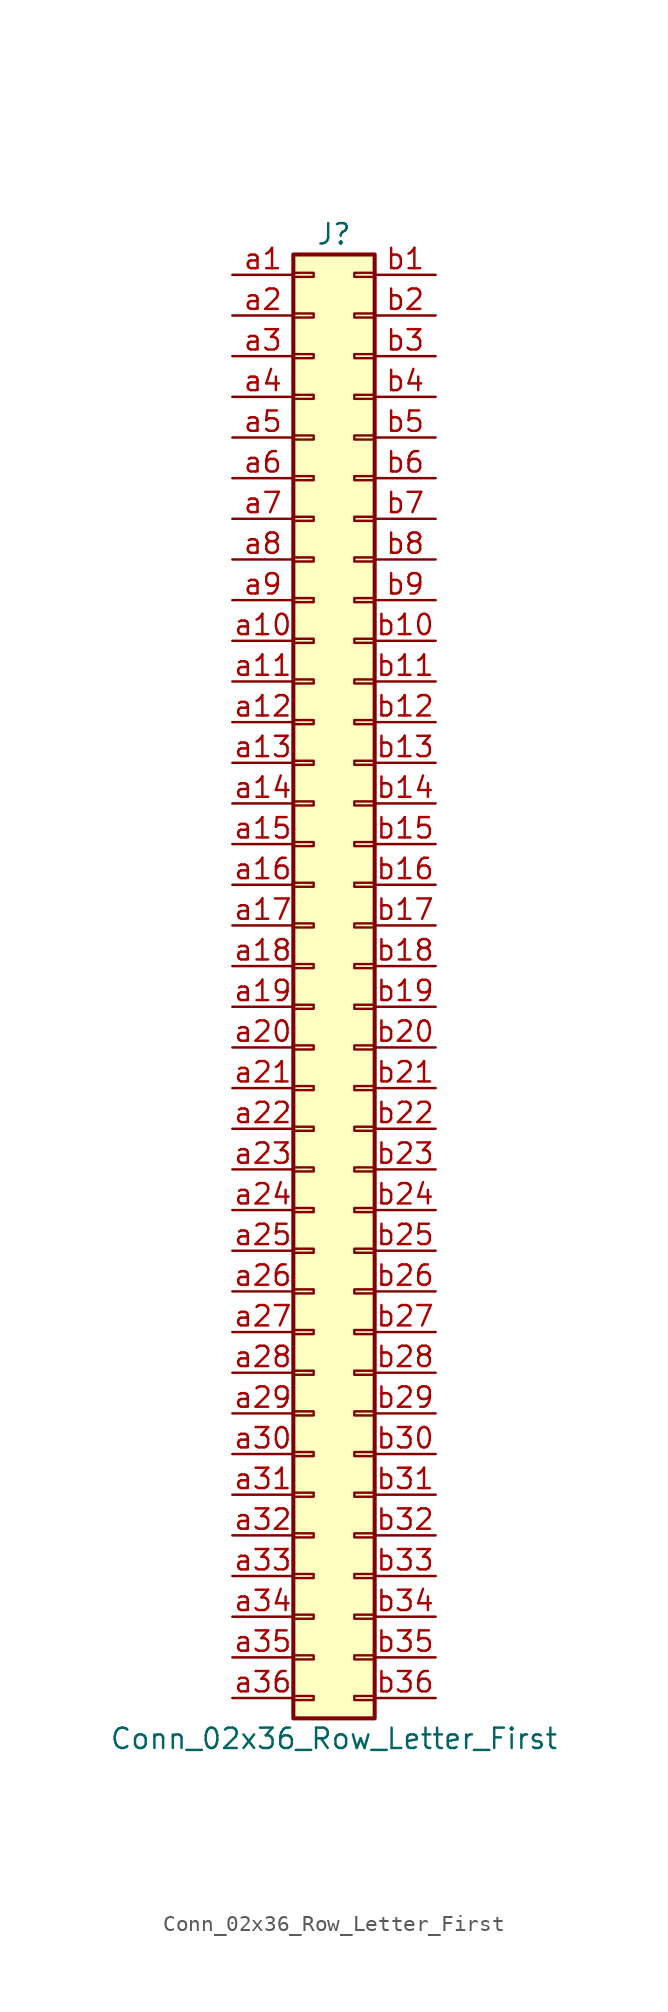
<source format=kicad_sym>
(kicad_symbol_lib
  (version 20201005)
  (generator kicad_symbol_editor)
  (symbol "Conn_02x36_Row_Letter_First"
    (pin_names
      (offset 1.016) hide)
    (property "Reference" "J"
      (at 1.27 45.72 0)
      (effects (font (size 1.27 1.27))))
    (property "Value" "Conn_02x36_Row_Letter_First"
      (at 1.27 -48.26 0)
      (effects (font (size 1.27 1.27))))
    (symbol "Conn_02x36_Row_Letter_First_1_1"
      (rectangle (start -1.27 -45.593) (end 0 -45.847) (stroke (width 0.152)) (fill (type none)))
      (rectangle (start -1.27 -43.053) (end 0 -43.307) (stroke (width 0.152)) (fill (type none)))
      (rectangle (start -1.27 -40.513) (end 0 -40.767) (stroke (width 0.152)) (fill (type none)))
      (rectangle (start -1.27 -37.973) (end 0 -38.227) (stroke (width 0.152)) (fill (type none)))
      (rectangle (start -1.27 -35.433) (end 0 -35.687) (stroke (width 0.152)) (fill (type none)))
      (rectangle (start -1.27 -32.893) (end 0 -33.147) (stroke (width 0.152)) (fill (type none)))
      (rectangle (start -1.27 -30.353) (end 0 -30.607) (stroke (width 0.152)) (fill (type none)))
      (rectangle (start -1.27 -27.813) (end 0 -28.067) (stroke (width 0.152)) (fill (type none)))
      (rectangle (start -1.27 -25.273) (end 0 -25.527) (stroke (width 0.152)) (fill (type none)))
      (rectangle (start -1.27 -22.733) (end 0 -22.987) (stroke (width 0.152)) (fill (type none)))
      (rectangle (start -1.27 -20.193) (end 0 -20.447) (stroke (width 0.152)) (fill (type none)))
      (rectangle (start -1.27 -17.653) (end 0 -17.907) (stroke (width 0.152)) (fill (type none)))
      (rectangle (start -1.27 -15.113) (end 0 -15.367) (stroke (width 0.152)) (fill (type none)))
      (rectangle (start -1.27 -12.573) (end 0 -12.827) (stroke (width 0.152)) (fill (type none)))
      (rectangle (start -1.27 -10.033) (end 0 -10.287) (stroke (width 0.152)) (fill (type none)))
      (rectangle (start -1.27 -7.493) (end 0 -7.747) (stroke (width 0.152)) (fill (type none)))
      (rectangle (start -1.27 -4.953) (end 0 -5.207) (stroke (width 0.152)) (fill (type none)))
      (rectangle (start -1.27 -2.413) (end 0 -2.667) (stroke (width 0.152)) (fill (type none)))
      (rectangle (start -1.27 0.127) (end 0 -0.127) (stroke (width 0.152)) (fill (type none)))
      (rectangle (start -1.27 2.667) (end 0 2.413) (stroke (width 0.152)) (fill (type none)))
      (rectangle (start -1.27 5.207) (end 0 4.953) (stroke (width 0.152)) (fill (type none)))
      (rectangle (start -1.27 7.747) (end 0 7.493) (stroke (width 0.152)) (fill (type none)))
      (rectangle (start -1.27 10.287) (end 0 10.033) (stroke (width 0.152)) (fill (type none)))
      (rectangle (start -1.27 12.827) (end 0 12.573) (stroke (width 0.152)) (fill (type none)))
      (rectangle (start -1.27 15.367) (end 0 15.113) (stroke (width 0.152)) (fill (type none)))
      (rectangle (start -1.27 17.907) (end 0 17.653) (stroke (width 0.152)) (fill (type none)))
      (rectangle (start -1.27 20.447) (end 0 20.193) (stroke (width 0.152)) (fill (type none)))
      (rectangle (start -1.27 22.987) (end 0 22.733) (stroke (width 0.152)) (fill (type none)))
      (rectangle (start -1.27 25.527) (end 0 25.273) (stroke (width 0.152)) (fill (type none)))
      (rectangle (start -1.27 28.067) (end 0 27.813) (stroke (width 0.152)) (fill (type none)))
      (rectangle (start -1.27 30.607) (end 0 30.353) (stroke (width 0.152)) (fill (type none)))
      (rectangle (start -1.27 33.147) (end 0 32.893) (stroke (width 0.152)) (fill (type none)))
      (rectangle (start -1.27 35.687) (end 0 35.433) (stroke (width 0.152)) (fill (type none)))
      (rectangle (start -1.27 38.227) (end 0 37.973) (stroke (width 0.152)) (fill (type none)))
      (rectangle (start -1.27 40.767) (end 0 40.513) (stroke (width 0.152)) (fill (type none)))
      (rectangle (start -1.27 43.307) (end 0 43.053) (stroke (width 0.152)) (fill (type none)))
      (rectangle (start -1.27 44.45) (end 3.81 -46.99) (stroke (width 0.254)) (fill (type background)))
      (rectangle (start 3.81 -45.593) (end 2.54 -45.847) (stroke (width 0.152)) (fill (type none)))
      (rectangle (start 3.81 -43.053) (end 2.54 -43.307) (stroke (width 0.152)) (fill (type none)))
      (rectangle (start 3.81 -40.513) (end 2.54 -40.767) (stroke (width 0.152)) (fill (type none)))
      (rectangle (start 3.81 -37.973) (end 2.54 -38.227) (stroke (width 0.152)) (fill (type none)))
      (rectangle (start 3.81 -35.433) (end 2.54 -35.687) (stroke (width 0.152)) (fill (type none)))
      (rectangle (start 3.81 -32.893) (end 2.54 -33.147) (stroke (width 0.152)) (fill (type none)))
      (rectangle (start 3.81 -30.353) (end 2.54 -30.607) (stroke (width 0.152)) (fill (type none)))
      (rectangle (start 3.81 -27.813) (end 2.54 -28.067) (stroke (width 0.152)) (fill (type none)))
      (rectangle (start 3.81 -25.273) (end 2.54 -25.527) (stroke (width 0.152)) (fill (type none)))
      (rectangle (start 3.81 -22.733) (end 2.54 -22.987) (stroke (width 0.152)) (fill (type none)))
      (rectangle (start 3.81 -20.193) (end 2.54 -20.447) (stroke (width 0.152)) (fill (type none)))
      (rectangle (start 3.81 -17.653) (end 2.54 -17.907) (stroke (width 0.152)) (fill (type none)))
      (rectangle (start 3.81 -15.113) (end 2.54 -15.367) (stroke (width 0.152)) (fill (type none)))
      (rectangle (start 3.81 -12.573) (end 2.54 -12.827) (stroke (width 0.152)) (fill (type none)))
      (rectangle (start 3.81 -10.033) (end 2.54 -10.287) (stroke (width 0.152)) (fill (type none)))
      (rectangle (start 3.81 -7.493) (end 2.54 -7.747) (stroke (width 0.152)) (fill (type none)))
      (rectangle (start 3.81 -4.953) (end 2.54 -5.207) (stroke (width 0.152)) (fill (type none)))
      (rectangle (start 3.81 -2.413) (end 2.54 -2.667) (stroke (width 0.152)) (fill (type none)))
      (rectangle (start 3.81 0.127) (end 2.54 -0.127) (stroke (width 0.152)) (fill (type none)))
      (rectangle (start 3.81 2.667) (end 2.54 2.413) (stroke (width 0.152)) (fill (type none)))
      (rectangle (start 3.81 5.207) (end 2.54 4.953) (stroke (width 0.152)) (fill (type none)))
      (rectangle (start 3.81 7.747) (end 2.54 7.493) (stroke (width 0.152)) (fill (type none)))
      (rectangle (start 3.81 10.287) (end 2.54 10.033) (stroke (width 0.152)) (fill (type none)))
      (rectangle (start 3.81 12.827) (end 2.54 12.573) (stroke (width 0.152)) (fill (type none)))
      (rectangle (start 3.81 15.367) (end 2.54 15.113) (stroke (width 0.152)) (fill (type none)))
      (rectangle (start 3.81 17.907) (end 2.54 17.653) (stroke (width 0.152)) (fill (type none)))
      (rectangle (start 3.81 20.447) (end 2.54 20.193) (stroke (width 0.152)) (fill (type none)))
      (rectangle (start 3.81 22.987) (end 2.54 22.733) (stroke (width 0.152)) (fill (type none)))
      (rectangle (start 3.81 25.527) (end 2.54 25.273) (stroke (width 0.152)) (fill (type none)))
      (rectangle (start 3.81 28.067) (end 2.54 27.813) (stroke (width 0.152)) (fill (type none)))
      (rectangle (start 3.81 30.607) (end 2.54 30.353) (stroke (width 0.152)) (fill (type none)))
      (rectangle (start 3.81 33.147) (end 2.54 32.893) (stroke (width 0.152)) (fill (type none)))
      (rectangle (start 3.81 35.687) (end 2.54 35.433) (stroke (width 0.152)) (fill (type none)))
      (rectangle (start 3.81 38.227) (end 2.54 37.973) (stroke (width 0.152)) (fill (type none)))
      (rectangle (start 3.81 40.767) (end 2.54 40.513) (stroke (width 0.152)) (fill (type none)))
      (rectangle (start 3.81 43.307) (end 2.54 43.053) (stroke (width 0.152)) (fill (type none)))
      (pin passive line (at -5.08 43.18 0) (length 3.81) (name "Pin_a1" (effects (font (size 1.27 1.27)))) (number "a1" (effects (font (size 1.27 1.27)))))
      (pin passive line (at -5.08 20.32 0) (length 3.81) (name "Pin_a10" (effects (font (size 1.27 1.27)))) (number "a10" (effects (font (size 1.27 1.27)))))
      (pin passive line (at -5.08 17.78 0) (length 3.81) (name "Pin_a11" (effects (font (size 1.27 1.27)))) (number "a11" (effects (font (size 1.27 1.27)))))
      (pin passive line (at -5.08 15.24 0) (length 3.81) (name "Pin_a12" (effects (font (size 1.27 1.27)))) (number "a12" (effects (font (size 1.27 1.27)))))
      (pin passive line (at -5.08 12.7 0) (length 3.81) (name "Pin_a13" (effects (font (size 1.27 1.27)))) (number "a13" (effects (font (size 1.27 1.27)))))
      (pin passive line (at -5.08 10.16 0) (length 3.81) (name "Pin_a14" (effects (font (size 1.27 1.27)))) (number "a14" (effects (font (size 1.27 1.27)))))
      (pin passive line (at -5.08 7.62 0) (length 3.81) (name "Pin_a15" (effects (font (size 1.27 1.27)))) (number "a15" (effects (font (size 1.27 1.27)))))
      (pin passive line (at -5.08 5.08 0) (length 3.81) (name "Pin_a16" (effects (font (size 1.27 1.27)))) (number "a16" (effects (font (size 1.27 1.27)))))
      (pin passive line (at -5.08 2.54 0) (length 3.81) (name "Pin_a17" (effects (font (size 1.27 1.27)))) (number "a17" (effects (font (size 1.27 1.27)))))
      (pin passive line (at -5.08 0 0) (length 3.81) (name "Pin_a18" (effects (font (size 1.27 1.27)))) (number "a18" (effects (font (size 1.27 1.27)))))
      (pin passive line (at -5.08 -2.54 0) (length 3.81) (name "Pin_a19" (effects (font (size 1.27 1.27)))) (number "a19" (effects (font (size 1.27 1.27)))))
      (pin passive line (at -5.08 40.64 0) (length 3.81) (name "Pin_a2" (effects (font (size 1.27 1.27)))) (number "a2" (effects (font (size 1.27 1.27)))))
      (pin passive line (at -5.08 -5.08 0) (length 3.81) (name "Pin_a20" (effects (font (size 1.27 1.27)))) (number "a20" (effects (font (size 1.27 1.27)))))
      (pin passive line (at -5.08 -7.62 0) (length 3.81) (name "Pin_a21" (effects (font (size 1.27 1.27)))) (number "a21" (effects (font (size 1.27 1.27)))))
      (pin passive line (at -5.08 -10.16 0) (length 3.81) (name "Pin_a22" (effects (font (size 1.27 1.27)))) (number "a22" (effects (font (size 1.27 1.27)))))
      (pin passive line (at -5.08 -12.7 0) (length 3.81) (name "Pin_a23" (effects (font (size 1.27 1.27)))) (number "a23" (effects (font (size 1.27 1.27)))))
      (pin passive line (at -5.08 -15.24 0) (length 3.81) (name "Pin_a24" (effects (font (size 1.27 1.27)))) (number "a24" (effects (font (size 1.27 1.27)))))
      (pin passive line (at -5.08 -17.78 0) (length 3.81) (name "Pin_a25" (effects (font (size 1.27 1.27)))) (number "a25" (effects (font (size 1.27 1.27)))))
      (pin passive line (at -5.08 -20.32 0) (length 3.81) (name "Pin_a26" (effects (font (size 1.27 1.27)))) (number "a26" (effects (font (size 1.27 1.27)))))
      (pin passive line (at -5.08 -22.86 0) (length 3.81) (name "Pin_a27" (effects (font (size 1.27 1.27)))) (number "a27" (effects (font (size 1.27 1.27)))))
      (pin passive line (at -5.08 -25.4 0) (length 3.81) (name "Pin_a28" (effects (font (size 1.27 1.27)))) (number "a28" (effects (font (size 1.27 1.27)))))
      (pin passive line (at -5.08 -27.94 0) (length 3.81) (name "Pin_a29" (effects (font (size 1.27 1.27)))) (number "a29" (effects (font (size 1.27 1.27)))))
      (pin passive line (at -5.08 38.1 0) (length 3.81) (name "Pin_a3" (effects (font (size 1.27 1.27)))) (number "a3" (effects (font (size 1.27 1.27)))))
      (pin passive line (at -5.08 -30.48 0) (length 3.81) (name "Pin_a30" (effects (font (size 1.27 1.27)))) (number "a30" (effects (font (size 1.27 1.27)))))
      (pin passive line (at -5.08 -33.02 0) (length 3.81) (name "Pin_a31" (effects (font (size 1.27 1.27)))) (number "a31" (effects (font (size 1.27 1.27)))))
      (pin passive line (at -5.08 -35.56 0) (length 3.81) (name "Pin_a32" (effects (font (size 1.27 1.27)))) (number "a32" (effects (font (size 1.27 1.27)))))
      (pin passive line (at -5.08 -38.1 0) (length 3.81) (name "Pin_a33" (effects (font (size 1.27 1.27)))) (number "a33" (effects (font (size 1.27 1.27)))))
      (pin passive line (at -5.08 -40.64 0) (length 3.81) (name "Pin_a34" (effects (font (size 1.27 1.27)))) (number "a34" (effects (font (size 1.27 1.27)))))
      (pin passive line (at -5.08 -43.18 0) (length 3.81) (name "Pin_a35" (effects (font (size 1.27 1.27)))) (number "a35" (effects (font (size 1.27 1.27)))))
      (pin passive line (at -5.08 -45.72 0) (length 3.81) (name "Pin_a36" (effects (font (size 1.27 1.27)))) (number "a36" (effects (font (size 1.27 1.27)))))
      (pin passive line (at -5.08 35.56 0) (length 3.81) (name "Pin_a4" (effects (font (size 1.27 1.27)))) (number "a4" (effects (font (size 1.27 1.27)))))
      (pin passive line (at -5.08 33.02 0) (length 3.81) (name "Pin_a5" (effects (font (size 1.27 1.27)))) (number "a5" (effects (font (size 1.27 1.27)))))
      (pin passive line (at -5.08 30.48 0) (length 3.81) (name "Pin_a6" (effects (font (size 1.27 1.27)))) (number "a6" (effects (font (size 1.27 1.27)))))
      (pin passive line (at -5.08 27.94 0) (length 3.81) (name "Pin_a7" (effects (font (size 1.27 1.27)))) (number "a7" (effects (font (size 1.27 1.27)))))
      (pin passive line (at -5.08 25.4 0) (length 3.81) (name "Pin_a8" (effects (font (size 1.27 1.27)))) (number "a8" (effects (font (size 1.27 1.27)))))
      (pin passive line (at -5.08 22.86 0) (length 3.81) (name "Pin_a9" (effects (font (size 1.27 1.27)))) (number "a9" (effects (font (size 1.27 1.27)))))
      (pin passive line (at 7.62 43.18 180) (length 3.81) (name "Pin_b1" (effects (font (size 1.27 1.27)))) (number "b1" (effects (font (size 1.27 1.27)))))
      (pin passive line (at 7.62 20.32 180) (length 3.81) (name "Pin_b10" (effects (font (size 1.27 1.27)))) (number "b10" (effects (font (size 1.27 1.27)))))
      (pin passive line (at 7.62 17.78 180) (length 3.81) (name "Pin_b11" (effects (font (size 1.27 1.27)))) (number "b11" (effects (font (size 1.27 1.27)))))
      (pin passive line (at 7.62 15.24 180) (length 3.81) (name "Pin_b12" (effects (font (size 1.27 1.27)))) (number "b12" (effects (font (size 1.27 1.27)))))
      (pin passive line (at 7.62 12.7 180) (length 3.81) (name "Pin_b13" (effects (font (size 1.27 1.27)))) (number "b13" (effects (font (size 1.27 1.27)))))
      (pin passive line (at 7.62 10.16 180) (length 3.81) (name "Pin_b14" (effects (font (size 1.27 1.27)))) (number "b14" (effects (font (size 1.27 1.27)))))
      (pin passive line (at 7.62 7.62 180) (length 3.81) (name "Pin_b15" (effects (font (size 1.27 1.27)))) (number "b15" (effects (font (size 1.27 1.27)))))
      (pin passive line (at 7.62 5.08 180) (length 3.81) (name "Pin_b16" (effects (font (size 1.27 1.27)))) (number "b16" (effects (font (size 1.27 1.27)))))
      (pin passive line (at 7.62 2.54 180) (length 3.81) (name "Pin_b17" (effects (font (size 1.27 1.27)))) (number "b17" (effects (font (size 1.27 1.27)))))
      (pin passive line (at 7.62 0 180) (length 3.81) (name "Pin_b18" (effects (font (size 1.27 1.27)))) (number "b18" (effects (font (size 1.27 1.27)))))
      (pin passive line (at 7.62 -2.54 180) (length 3.81) (name "Pin_b19" (effects (font (size 1.27 1.27)))) (number "b19" (effects (font (size 1.27 1.27)))))
      (pin passive line (at 7.62 40.64 180) (length 3.81) (name "Pin_b2" (effects (font (size 1.27 1.27)))) (number "b2" (effects (font (size 1.27 1.27)))))
      (pin passive line (at 7.62 -5.08 180) (length 3.81) (name "Pin_b20" (effects (font (size 1.27 1.27)))) (number "b20" (effects (font (size 1.27 1.27)))))
      (pin passive line (at 7.62 -7.62 180) (length 3.81) (name "Pin_b21" (effects (font (size 1.27 1.27)))) (number "b21" (effects (font (size 1.27 1.27)))))
      (pin passive line (at 7.62 -10.16 180) (length 3.81) (name "Pin_b22" (effects (font (size 1.27 1.27)))) (number "b22" (effects (font (size 1.27 1.27)))))
      (pin passive line (at 7.62 -12.7 180) (length 3.81) (name "Pin_b23" (effects (font (size 1.27 1.27)))) (number "b23" (effects (font (size 1.27 1.27)))))
      (pin passive line (at 7.62 -15.24 180) (length 3.81) (name "Pin_b24" (effects (font (size 1.27 1.27)))) (number "b24" (effects (font (size 1.27 1.27)))))
      (pin passive line (at 7.62 -17.78 180) (length 3.81) (name "Pin_b25" (effects (font (size 1.27 1.27)))) (number "b25" (effects (font (size 1.27 1.27)))))
      (pin passive line (at 7.62 -20.32 180) (length 3.81) (name "Pin_b26" (effects (font (size 1.27 1.27)))) (number "b26" (effects (font (size 1.27 1.27)))))
      (pin passive line (at 7.62 -22.86 180) (length 3.81) (name "Pin_b27" (effects (font (size 1.27 1.27)))) (number "b27" (effects (font (size 1.27 1.27)))))
      (pin passive line (at 7.62 -25.4 180) (length 3.81) (name "Pin_b28" (effects (font (size 1.27 1.27)))) (number "b28" (effects (font (size 1.27 1.27)))))
      (pin passive line (at 7.62 -27.94 180) (length 3.81) (name "Pin_b29" (effects (font (size 1.27 1.27)))) (number "b29" (effects (font (size 1.27 1.27)))))
      (pin passive line (at 7.62 38.1 180) (length 3.81) (name "Pin_b3" (effects (font (size 1.27 1.27)))) (number "b3" (effects (font (size 1.27 1.27)))))
      (pin passive line (at 7.62 -30.48 180) (length 3.81) (name "Pin_b30" (effects (font (size 1.27 1.27)))) (number "b30" (effects (font (size 1.27 1.27)))))
      (pin passive line (at 7.62 -33.02 180) (length 3.81) (name "Pin_b31" (effects (font (size 1.27 1.27)))) (number "b31" (effects (font (size 1.27 1.27)))))
      (pin passive line (at 7.62 -35.56 180) (length 3.81) (name "Pin_b32" (effects (font (size 1.27 1.27)))) (number "b32" (effects (font (size 1.27 1.27)))))
      (pin passive line (at 7.62 -38.1 180) (length 3.81) (name "Pin_b33" (effects (font (size 1.27 1.27)))) (number "b33" (effects (font (size 1.27 1.27)))))
      (pin passive line (at 7.62 -40.64 180) (length 3.81) (name "Pin_b34" (effects (font (size 1.27 1.27)))) (number "b34" (effects (font (size 1.27 1.27)))))
      (pin passive line (at 7.62 -43.18 180) (length 3.81) (name "Pin_b35" (effects (font (size 1.27 1.27)))) (number "b35" (effects (font (size 1.27 1.27)))))
      (pin passive line (at 7.62 -45.72 180) (length 3.81) (name "Pin_b36" (effects (font (size 1.27 1.27)))) (number "b36" (effects (font (size 1.27 1.27)))))
      (pin passive line (at 7.62 35.56 180) (length 3.81) (name "Pin_b4" (effects (font (size 1.27 1.27)))) (number "b4" (effects (font (size 1.27 1.27)))))
      (pin passive line (at 7.62 33.02 180) (length 3.81) (name "Pin_b5" (effects (font (size 1.27 1.27)))) (number "b5" (effects (font (size 1.27 1.27)))))
      (pin passive line (at 7.62 30.48 180) (length 3.81) (name "Pin_b6" (effects (font (size 1.27 1.27)))) (number "b6" (effects (font (size 1.27 1.27)))))
      (pin passive line (at 7.62 27.94 180) (length 3.81) (name "Pin_b7" (effects (font (size 1.27 1.27)))) (number "b7" (effects (font (size 1.27 1.27)))))
      (pin passive line (at 7.62 25.4 180) (length 3.81) (name "Pin_b8" (effects (font (size 1.27 1.27)))) (number "b8" (effects (font (size 1.27 1.27)))))
      (pin passive line (at 7.62 22.86 180) (length 3.81) (name "Pin_b9" (effects (font (size 1.27 1.27)))) (number "b9" (effects (font (size 1.27 1.27))))))))
</source>
